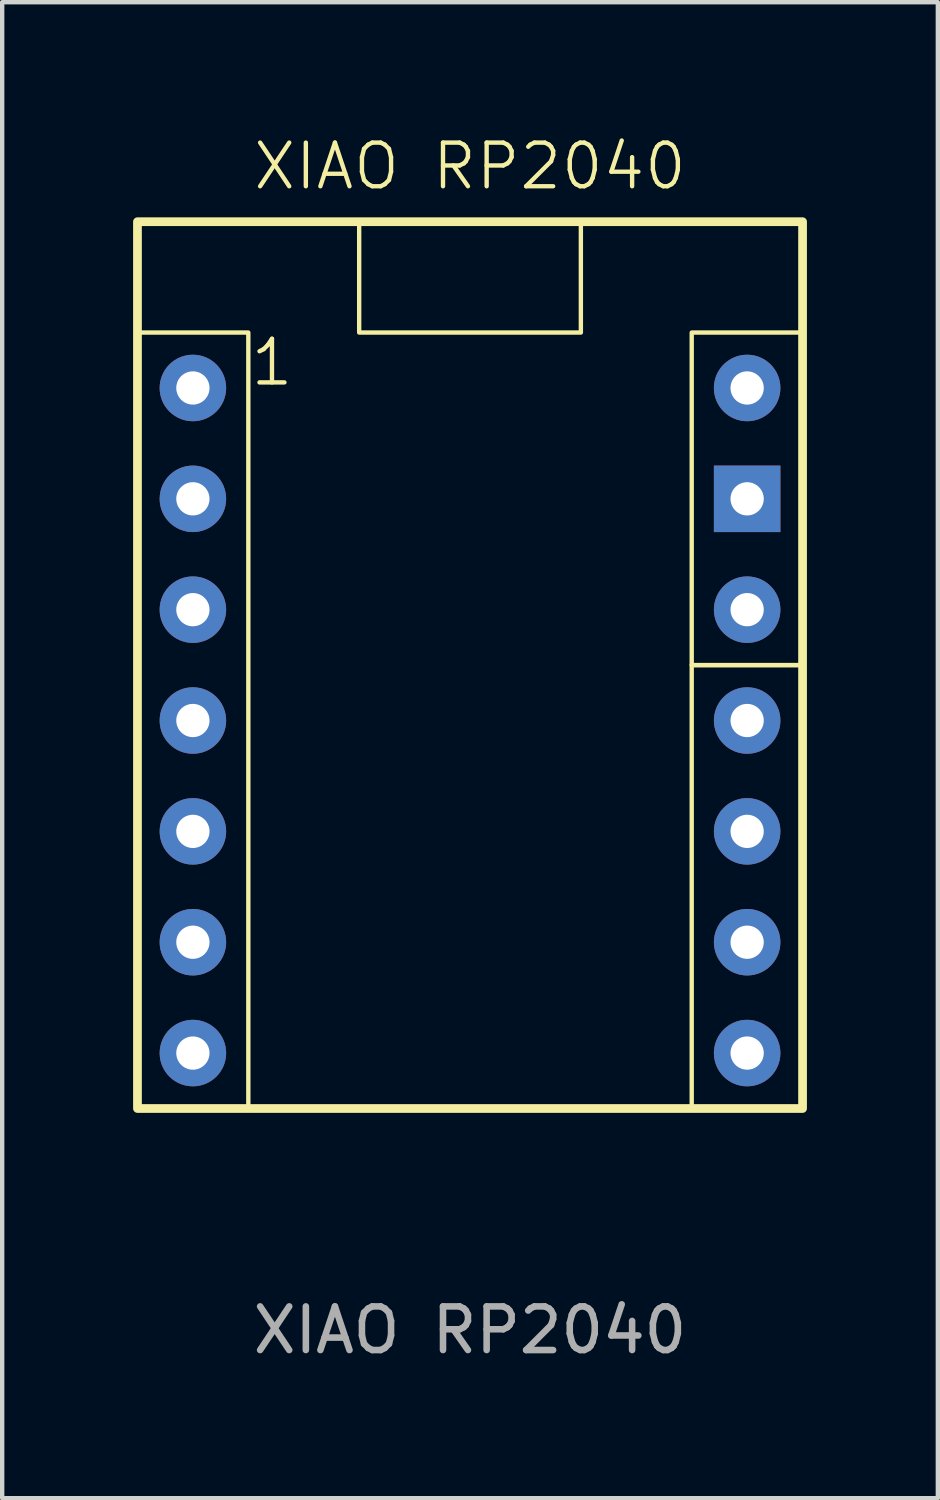
<source format=kicad_pcb>
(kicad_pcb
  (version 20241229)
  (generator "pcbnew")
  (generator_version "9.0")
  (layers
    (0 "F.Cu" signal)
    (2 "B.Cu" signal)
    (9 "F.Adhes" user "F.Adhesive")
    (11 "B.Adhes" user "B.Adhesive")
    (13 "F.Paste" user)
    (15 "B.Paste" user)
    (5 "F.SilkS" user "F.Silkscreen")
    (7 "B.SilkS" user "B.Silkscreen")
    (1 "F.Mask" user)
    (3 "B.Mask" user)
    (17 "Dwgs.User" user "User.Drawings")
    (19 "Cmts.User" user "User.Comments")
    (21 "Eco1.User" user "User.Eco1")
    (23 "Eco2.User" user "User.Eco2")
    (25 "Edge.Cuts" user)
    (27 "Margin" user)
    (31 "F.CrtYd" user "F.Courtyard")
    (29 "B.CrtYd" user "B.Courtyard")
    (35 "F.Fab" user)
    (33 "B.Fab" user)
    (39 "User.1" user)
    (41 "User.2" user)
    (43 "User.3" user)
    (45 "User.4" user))
  (footprint "XIAO RP2040"
    (layer "F.Cu")
    (at 7.72 13.46)
    (property "Reference" "XIAO RP2040" (at 0 -12.7 0) (unlocked yes) (layer "F.SilkS") (effects (font (size 1 1) (thickness 0.1))))
    (attr through_hole)
    (fp_rect (start -7.62 -11.43) (end 7.62 8.89) (stroke (width 0.2) (type default)) (fill no) (layer "F.SilkS"))
    (fp_rect (start -7.62 -8.89) (end -5.08 8.89) (stroke (width 0.1) (type default)) (fill no) (layer "F.SilkS"))
    (fp_rect (start -2.54 -11.43) (end 2.54 -8.89) (stroke (width 0.1) (type default)) (fill no) (layer "F.SilkS"))
    (fp_rect (start 5.08 -8.89) (end 7.62 -1.27) (stroke (width 0.1) (type default)) (fill no) (layer "F.SilkS"))
    (fp_rect (start 5.08 -1.27) (end 7.62 8.89) (stroke (width 0.1) (type default)) (fill no) (layer "F.SilkS"))
    (fp_text user "1" (at -5.08 -7.62 0) (unlocked yes) (layer "F.SilkS") (effects (font (size 1 1) (thickness 0.1)) (justify left bottom)))
    (fp_text user "${REFERENCE}" (at 0 13.97 0) (unlocked yes) (layer "F.Fab") (effects (font (size 1 1) (thickness 0.15))))
    (pad "1" thru_hole circle (at -6.35 -7.62) (size 1.524 1.524) (drill 0.762) (layers "*.Cu" "*.Mask"))
    (pad "2" thru_hole circle (at -6.35 -5.08) (size 1.524 1.524) (drill 0.762) (layers "*.Cu" "*.Mask"))
    (pad "3" thru_hole circle (at -6.35 -2.54) (size 1.524 1.524) (drill 0.762) (layers "*.Cu" "*.Mask"))
    (pad "4" thru_hole circle (at -6.35 0) (size 1.524 1.524) (drill 0.762) (layers "*.Cu" "*.Mask"))
    (pad "5" thru_hole circle (at -6.35 2.54) (size 1.524 1.524) (drill 0.762) (layers "*.Cu" "*.Mask"))
    (pad "6" thru_hole circle (at -6.35 5.08) (size 1.524 1.524) (drill 0.762) (layers "*.Cu" "*.Mask"))
    (pad "7" thru_hole circle (at -6.35 7.62) (size 1.524 1.524) (drill 0.762) (layers "*.Cu" "*.Mask"))
    (pad "8" thru_hole circle (at 6.35 7.62) (size 1.524 1.524) (drill 0.762) (layers "*.Cu" "*.Mask"))
    (pad "9" thru_hole circle (at 6.35 5.08) (size 1.524 1.524) (drill 0.762) (layers "*.Cu" "*.Mask"))
    (pad "10" thru_hole circle (at 6.35 2.54) (size 1.524 1.524) (drill 0.762) (layers "*.Cu" "*.Mask"))
    (pad "11" thru_hole circle (at 6.35 0) (size 1.524 1.524) (drill 0.762) (layers "*.Cu" "*.Mask"))
    (pad "12" thru_hole circle (at 6.35 -2.54) (size 1.524 1.524) (drill 0.762) (layers "*.Cu" "*.Mask"))
    (pad "13" thru_hole rect (at 6.35 -5.08) (size 1.524 1.524) (drill 0.762) (layers "*.Cu" "*.Mask"))
    (pad "14" thru_hole circle (at 6.35 -7.62) (size 1.524 1.524) (drill 0.762) (layers "*.Cu" "*.Mask"))
    (zone (net_name "") (layer "F.SilkS") (hatch edge 0.5) (connect_pads) (min_thickness 0.25) (filled_areas_thickness no) (keepout (tracks allowed) (vias allowed) (pads allowed) (copperpour allowed) (footprints not_allowed)) (placement (enabled no)) (fill) (polygon (pts (xy 2.64 4.571) (xy 0.1 4.571) (xy 0.1 22.351) (xy 2.64 22.351))))
    (zone (net_name "") (layer "F.SilkS") (hatch edge 0.5) (connect_pads) (min_thickness 0.25) (filled_areas_thickness no) (keepout (tracks allowed) (vias allowed) (pads allowed) (copperpour allowed) (footprints not_allowed)) (placement (enabled no)) (fill) (polygon (pts (xy 12.8 4.571) (xy 15.34 4.571) (xy 15.34 22.351) (xy 12.8 22.351)))))
  (gr_rect
    (start -3 -3)
    (end 18.44 31.279)
    (stroke (width 0.1) (type default))
    (fill no)
    (layer "Edge.Cuts")))
</source>
